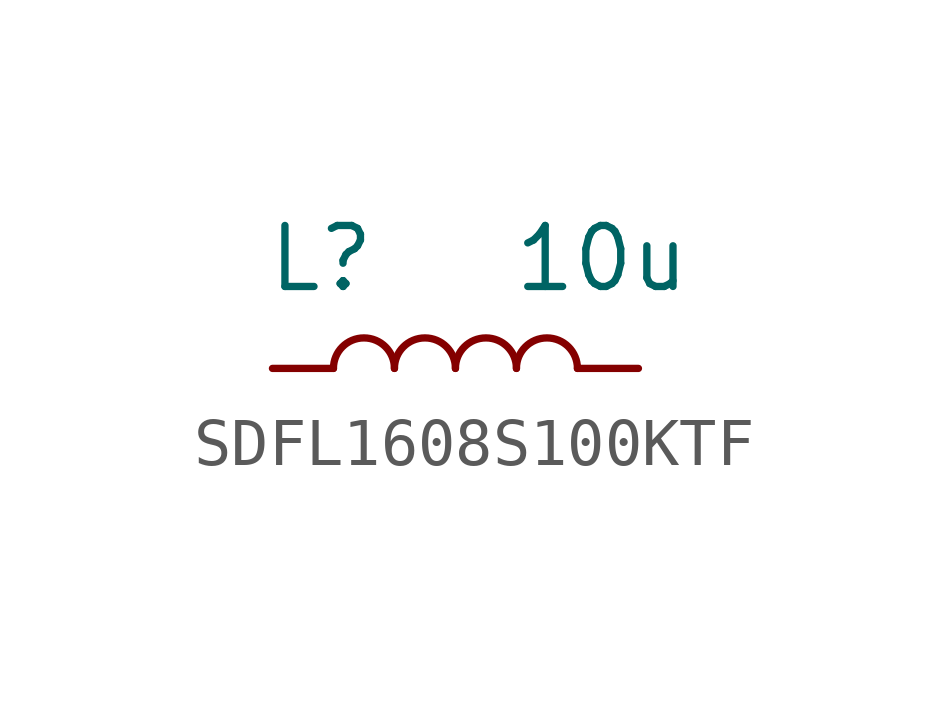
<source format=kicad_sym>
(kicad_symbol_lib
  (version 20241209)
  (generator "kicad_symbol_editor")
  (generator_version "9.0")
  (symbol "SDFL1608S100KTF"
    (pin_numbers
      (hide yes))
    (pin_names
      (offset 1.016)
      (hide yes))
    (property "Reference" "L"
      (at -2.794 2.286 0)
      (effects (font (size 1.27 1.27))))
    (property "Value" "10u"
      (at 3.048 2.286 0)
      (effects (font (size 1.27 1.27))))
    (symbol "SDFL1608S100KTF_0_1"
      (arc (start -2.54 0) (mid -1.905 0.6323) (end -1.27 0) (stroke (width 0) (type default)) (fill (type none)))
      (arc (start -1.27 0) (mid -0.635 0.6323) (end 0 0) (stroke (width 0) (type default)) (fill (type none)))
      (arc (start 0 0) (mid 0.635 0.6323) (end 1.27 0) (stroke (width 0) (type default)) (fill (type none)))
      (arc (start 1.27 0) (mid 1.905 0.6323) (end 2.54 0) (stroke (width 0) (type default)) (fill (type none))))
    (symbol "SDFL1608S100KTF_1_1"
      (pin passive line (at -3.81 0 0) (length 1.27) (name "1" (effects (font (size 1.27 1.27)))) (number "1" (effects (font (size 1.27 1.27)))))
      (pin passive line (at 3.81 0 180) (length 1.27) (name "2" (effects (font (size 1.27 1.27)))) (number "2" (effects (font (size 1.27 1.27))))))))
</source>
